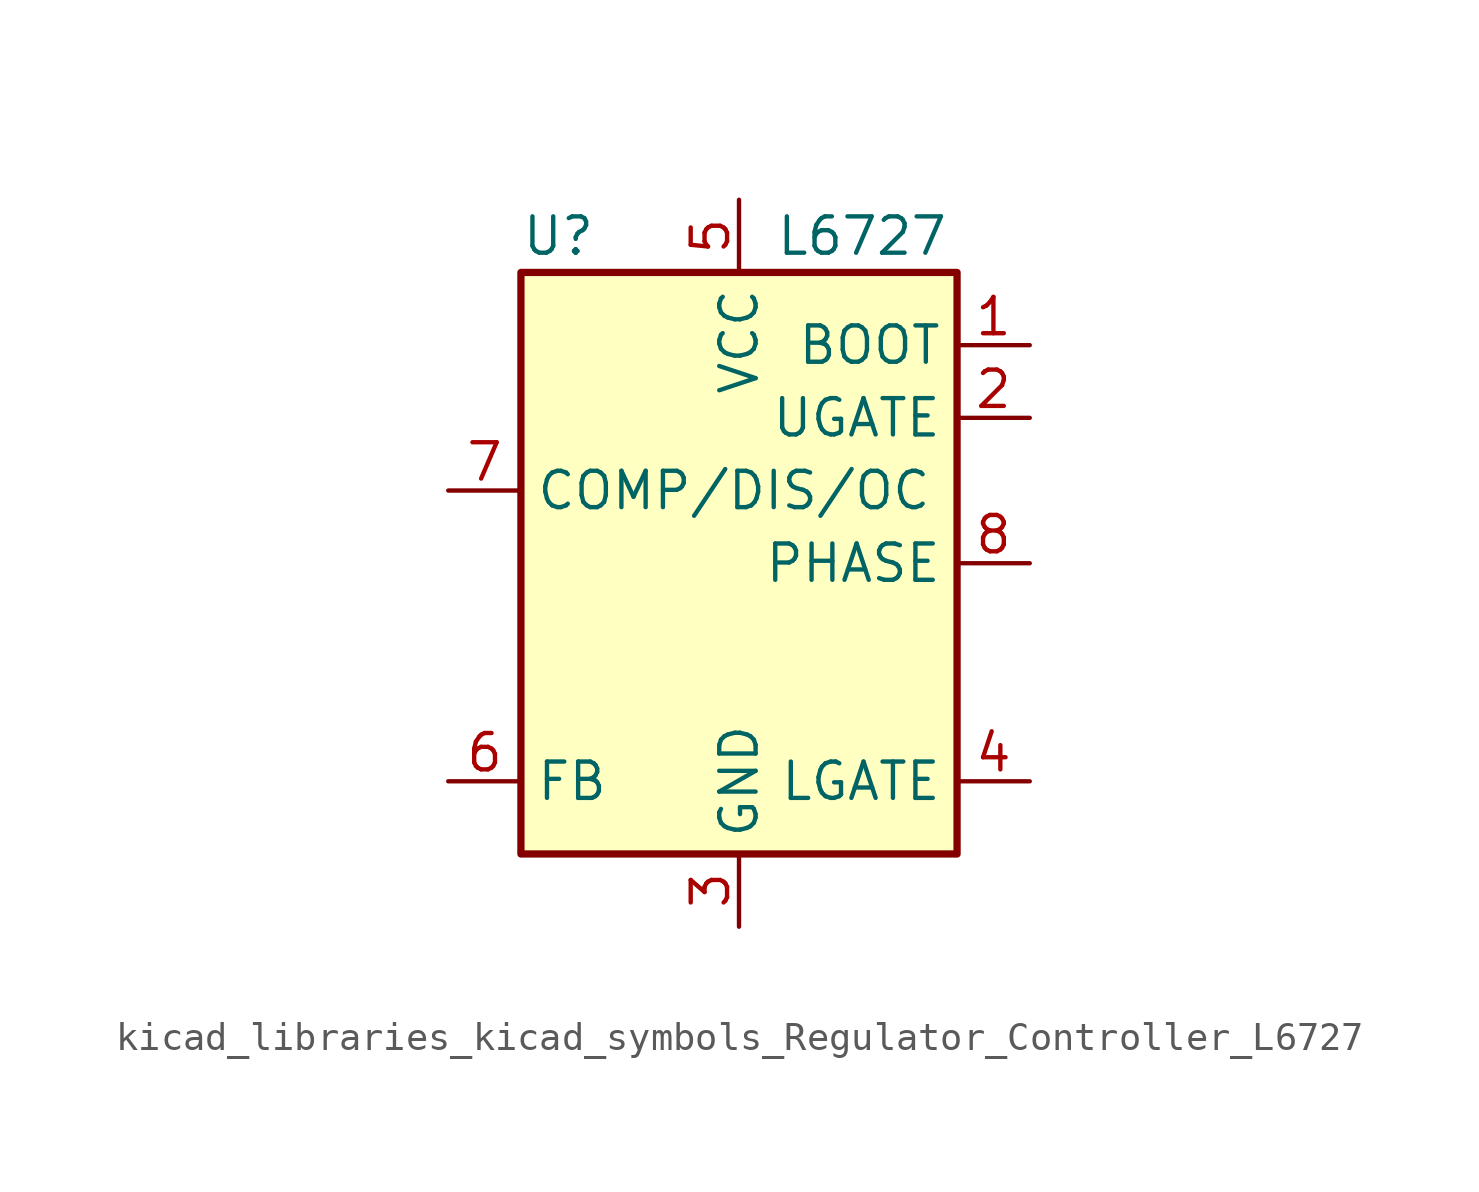
<source format=kicad_sym>
(kicad_symbol_lib
  (version 20220914)
  (generator kicad_symbol_editor)
  (symbol "kicad_libraries_kicad_symbols_Regulator_Controller_L6727"
    (property "Reference" "U"
      (at -7.62 11.43 0)
      (effects (font (size 1.27 1.27)) (justify left)))
    (property "Value" "L6727"
      (at 1.27 11.43 0)
      (effects (font (size 1.27 1.27)) (justify left)))
    (symbol "kicad_libraries_kicad_symbols_Regulator_Controller_L6727_0_0"
      (rectangle (start -7.62 10.16) (end 7.62 -10.16) (stroke (width 0.254) (type default)) (fill (type background))))
    (symbol "kicad_libraries_kicad_symbols_Regulator_Controller_L6727_1_1"
      (pin input line (at 10.16 7.62 180) (length 2.54) (name "BOOT" (effects (font (size 1.27 1.27)))) (number "1" (effects (font (size 1.27 1.27)))))
      (pin output line (at 10.16 5.08 180) (length 2.54) (name "UGATE" (effects (font (size 1.27 1.27)))) (number "2" (effects (font (size 1.27 1.27)))))
      (pin power_in line (at 0 -12.7 90) (length 2.54) (name "GND" (effects (font (size 1.27 1.27)))) (number "3" (effects (font (size 1.27 1.27)))))
      (pin output line (at 10.16 -7.62 180) (length 2.54) (name "LGATE" (effects (font (size 1.27 1.27)))) (number "4" (effects (font (size 1.27 1.27)))))
      (pin power_in line (at 0 12.7 270) (length 2.54) (name "VCC" (effects (font (size 1.27 1.27)))) (number "5" (effects (font (size 1.27 1.27)))))
      (pin input line (at -10.16 -7.62 0) (length 2.54) (name "FB" (effects (font (size 1.27 1.27)))) (number "6" (effects (font (size 1.27 1.27)))))
      (pin input line (at -10.16 2.54 0) (length 2.54) (name "COMP/DIS/OC" (effects (font (size 1.27 1.27)))) (number "7" (effects (font (size 1.27 1.27)))))
      (pin passive line (at 10.16 0 180) (length 2.54) (name "PHASE" (effects (font (size 1.27 1.27)))) (number "8" (effects (font (size 1.27 1.27))))))))
</source>
